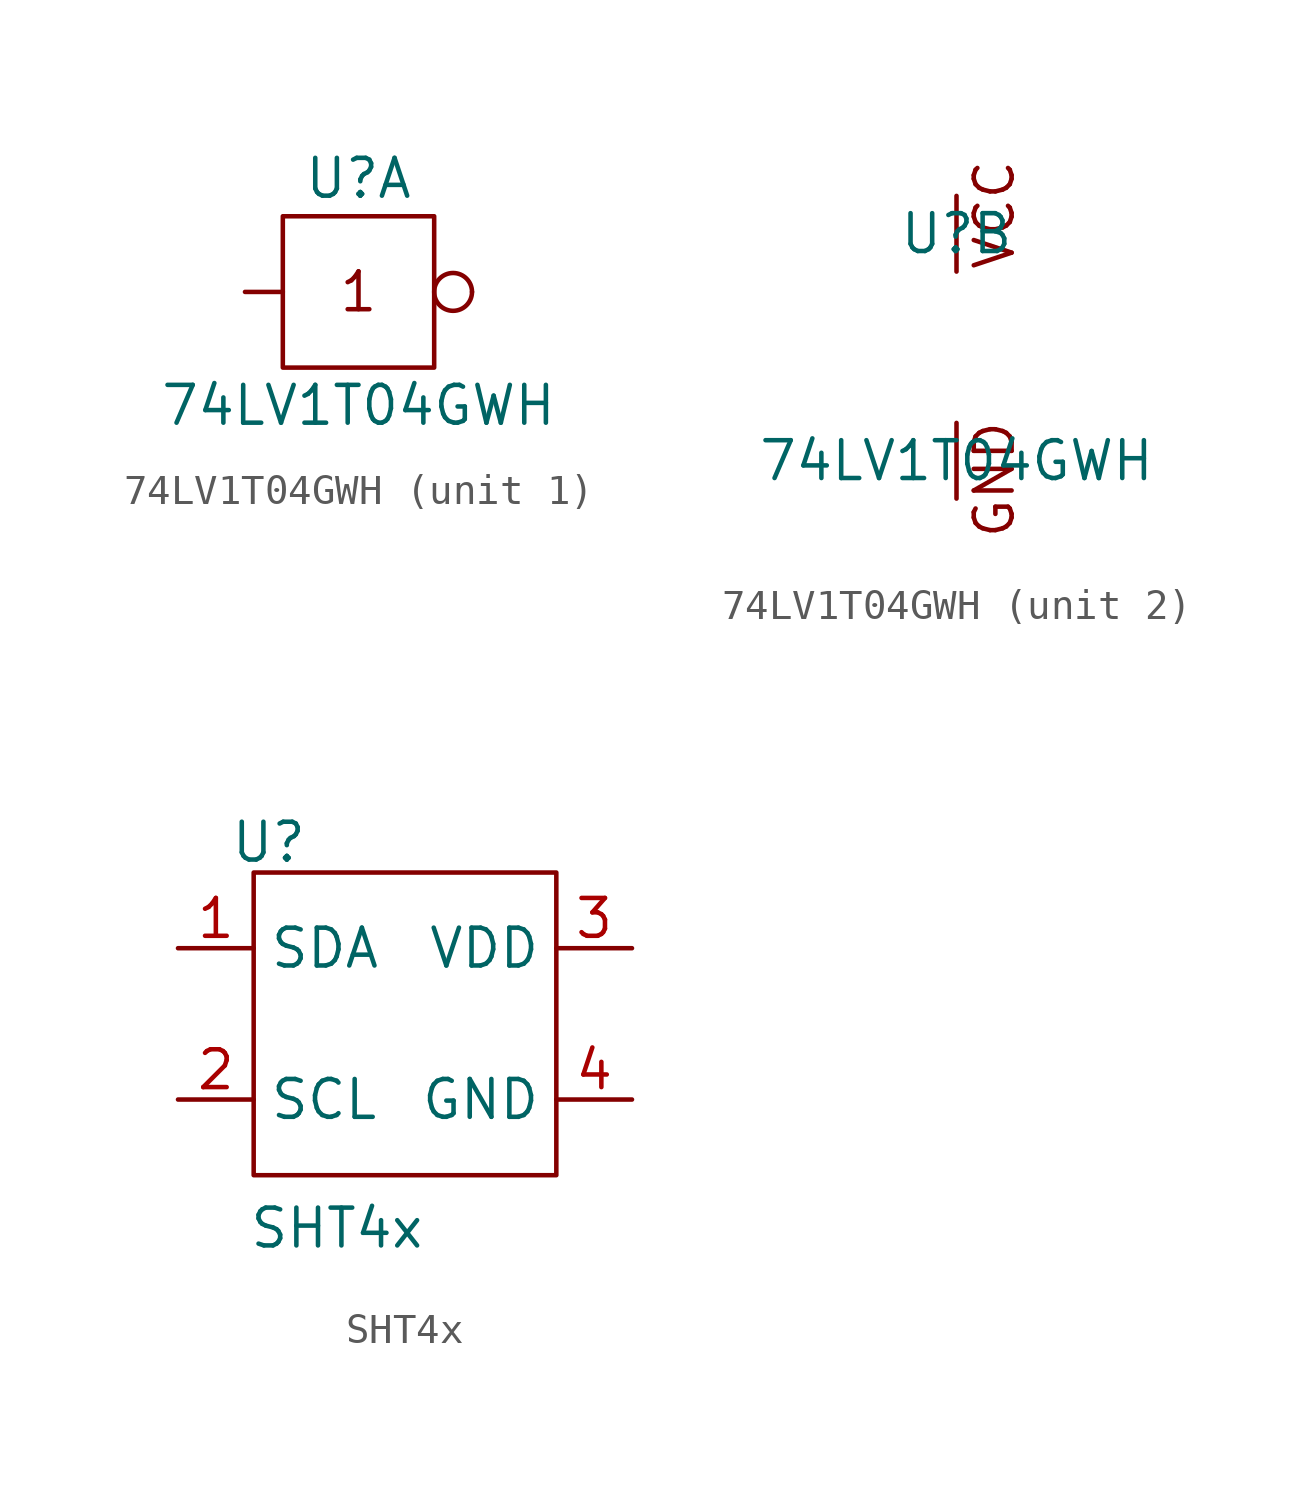
<source format=kicad_sym>
(kicad_symbol_lib
  (version 20231120)
  (generator "kicad_symbol_editor")
  (generator_version "8.0")
  (symbol "74LV1T04GWH"
    (pin_numbers hide)
    (pin_names hide)
    (property "Reference" "U"
      (at 0 3.81 0)
      (effects (font (size 1.27 1.27))))
    (property "Value" "74LV1T04GWH"
      (at 0 -3.81 0)
      (effects (font (size 1.27 1.27))))
    (property "ki_locked" ""
      (at 0 0 0)
      (effects (font (size 1.27 1.27))))
    (symbol "74LV1T04GWH_1_0"
      (text "1" (at 0 0 0) (effects (font (size 1.27 1.27)))))
    (symbol "74LV1T04GWH_1_1"
      (rectangle (start -2.54 2.54) (end 2.54 -2.54) (stroke (width 0) (type default)) (fill (type none)))
      (pin no_connect line (at -2.54 -2.54 0) (length 0) hide (name "" (effects (font (size 1.27 1.27)))) (number "1" (effects (font (size 1.27 1.27)))))
      (pin input line (at -3.81 0 0) (length 1.27) (name "A" (effects (font (size 1.27 1.27)))) (number "2" (effects (font (size 1.27 1.27)))))
      (pin output inverted (at 3.81 0 180) (length 1.27) (name "Y" (effects (font (size 1.27 1.27)))) (number "4" (effects (font (size 1.27 1.27))))))
    (symbol "74LV1T04GWH_2_0"
      (text "GND" (at 1.27 -4.445 900) (effects (font (size 1.27 1.27))))
      (text "VCC" (at 1.27 4.445 900) (effects (font (size 1.27 1.27)))))
    (symbol "74LV1T04GWH_2_1"
      (pin power_in line (at 0 -5.08 90) (length 2.54) (name "GND" (effects (font (size 1.27 1.27)))) (number "3" (effects (font (size 1.27 1.27)))))
      (pin power_in line (at 0 5.08 270) (length 2.54) (name "VCC" (effects (font (size 1.27 1.27)))) (number "5" (effects (font (size 1.27 1.27)))))))
  (symbol "SHT4x"
    (property "Reference" "U"
      (at -4.572 6.096 0)
      (effects (font (size 1.27 1.27))))
    (property "Value" "SHT4x"
      (at -2.286 -6.858 0)
      (effects (font (size 1.27 1.27))))
    (symbol "SHT4x_0_1"
      (rectangle (start -5.08 5.08) (end 5.08 -5.08) (stroke (width 0) (type default)) (fill (type none))))
    (symbol "SHT4x_1_1"
      (pin passive line (at -7.62 2.54 0) (length 2.54) (name "SDA" (effects (font (size 1.27 1.27)))) (number "1" (effects (font (size 1.27 1.27)))))
      (pin passive line (at -7.62 -2.54 0) (length 2.54) (name "SCL" (effects (font (size 1.27 1.27)))) (number "2" (effects (font (size 1.27 1.27)))))
      (pin passive line (at 7.62 2.54 180) (length 2.54) (name "VDD" (effects (font (size 1.27 1.27)))) (number "3" (effects (font (size 1.27 1.27)))))
      (pin passive line (at 7.62 -2.54 180) (length 2.54) (name "GND" (effects (font (size 1.27 1.27)))) (number "4" (effects (font (size 1.27 1.27))))))))
</source>
